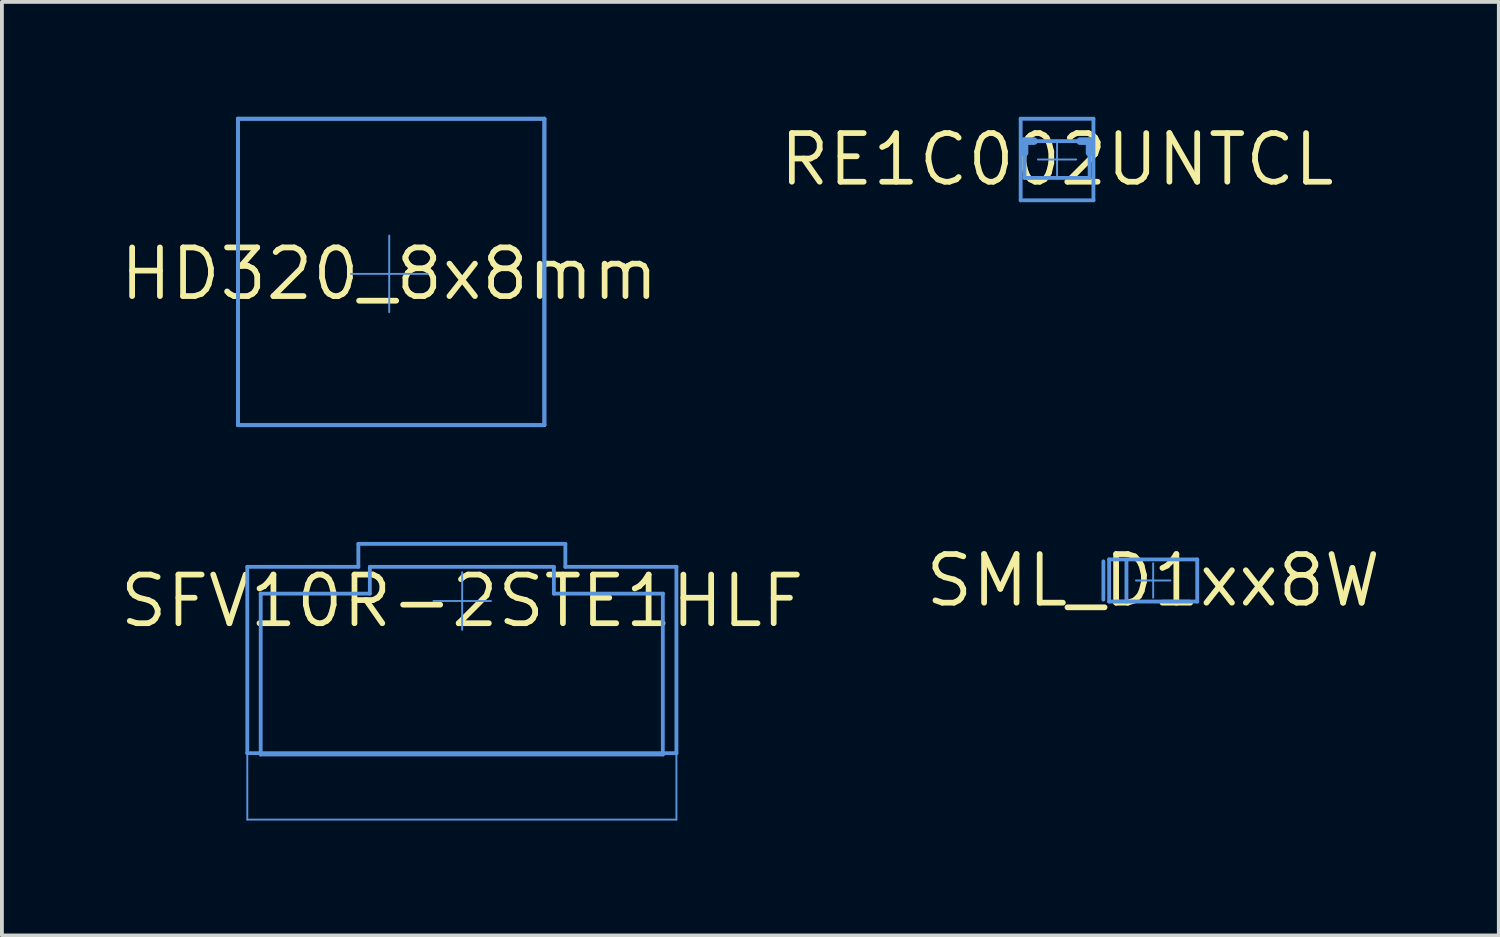
<source format=kicad_pcb>
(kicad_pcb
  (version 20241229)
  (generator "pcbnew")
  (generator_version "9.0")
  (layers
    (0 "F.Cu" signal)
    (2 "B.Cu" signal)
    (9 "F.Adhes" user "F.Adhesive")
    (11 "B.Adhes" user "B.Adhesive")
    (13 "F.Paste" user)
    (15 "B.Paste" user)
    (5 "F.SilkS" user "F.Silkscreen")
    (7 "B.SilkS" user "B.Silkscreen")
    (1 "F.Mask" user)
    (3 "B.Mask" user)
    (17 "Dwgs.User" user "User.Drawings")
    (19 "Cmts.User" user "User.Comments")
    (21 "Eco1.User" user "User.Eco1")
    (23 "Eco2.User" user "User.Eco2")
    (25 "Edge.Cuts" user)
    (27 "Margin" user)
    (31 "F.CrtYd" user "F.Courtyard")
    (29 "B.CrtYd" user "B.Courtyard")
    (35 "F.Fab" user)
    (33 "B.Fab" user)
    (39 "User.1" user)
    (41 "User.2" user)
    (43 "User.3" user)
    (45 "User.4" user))
  (footprint "RE1C002UNTCL"
    (layer "F.Cu")
    (at 24.551 1.115)
    (property "Reference" "RE1C002UNTCL" (at 0 0 0) (layer "F.SilkS") (effects (font (size 1.27 1.27) (thickness 0.15))))
    (attr through_hole)
    (fp_line (start -0.95 -1.065) (end 0.95 -1.065) (stroke (width 0.05) (type solid)) (layer "Cmts.User"))
    (fp_line (start -0.95 -1.065) (end 0.95 -1.065) (stroke (width 0.1) (type solid)) (layer "Cmts.User"))
    (fp_line (start -0.95 1.065) (end -0.95 -1.065) (stroke (width 0.05) (type solid)) (layer "Cmts.User"))
    (fp_line (start -0.95 1.065) (end -0.95 -1.065) (stroke (width 0.1) (type solid)) (layer "Cmts.User"))
    (fp_line (start -0.95 1.065) (end 0.95 1.065) (stroke (width 0.05) (type solid)) (layer "Cmts.User"))
    (fp_line (start -0.95 1.065) (end 0.95 1.065) (stroke (width 0.1) (type solid)) (layer "Cmts.User"))
    (fp_line (start -0.85 -0.48) (end -0.605 -0.48) (stroke (width 0.2) (type solid)) (layer "Cmts.User"))
    (fp_line (start -0.85 -0.48) (end 0.85 -0.48) (stroke (width 0.1) (type solid)) (layer "Cmts.User"))
    (fp_line (start -0.85 -0.175) (end -0.85 -0.48) (stroke (width 0.2) (type solid)) (layer "Cmts.User"))
    (fp_line (start -0.85 0.48) (end -0.85 -0.48) (stroke (width 0.1) (type solid)) (layer "Cmts.User"))
    (fp_line (start -0.85 0.48) (end 0.85 0.48) (stroke (width 0.1) (type solid)) (layer "Cmts.User"))
    (fp_line (start -0.5 0) (end 0.5 0) (stroke (width 0.05) (type solid)) (layer "Cmts.User"))
    (fp_line (start 0 0.5) (end 0 -0.5) (stroke (width 0.05) (type solid)) (layer "Cmts.User"))
    (fp_line (start 0.605 -0.48) (end 0.85 -0.48) (stroke (width 0.2) (type solid)) (layer "Cmts.User"))
    (fp_line (start 0.85 -0.175) (end 0.85 -0.48) (stroke (width 0.2) (type solid)) (layer "Cmts.User"))
    (fp_line (start 0.85 0.48) (end 0.85 -0.48) (stroke (width 0.1) (type solid)) (layer "Cmts.User"))
    (fp_line (start 0.95 1.065) (end 0.95 -1.065) (stroke (width 0.05) (type solid)) (layer "Cmts.User"))
    (fp_line (start 0.95 1.065) (end 0.95 -1.065) (stroke (width 0.1) (type solid)) (layer "Cmts.User")))
  (footprint "SFV10R-2STE1HLF"
    (layer "F.Cu")
    (at 9.018 12.643)
    (property "Reference" "SFV10R-2STE1HLF" (at 0 0 0) (layer "F.SilkS") (effects (font (size 1.27 1.27) (thickness 0.15))))
    (attr through_hole)
    (fp_line (start -5.611 -0.892) (end -5.261 -0.892) (stroke (width 0.05) (type solid)) (layer "Cmts.User"))
    (fp_line (start -5.611 -0.892) (end -2.711 -0.892) (stroke (width 0.1) (type solid)) (layer "Cmts.User"))
    (fp_line (start -5.611 3.973) (end -5.611 -0.892) (stroke (width 0.1) (type solid)) (layer "Cmts.User"))
    (fp_line (start -5.611 3.973) (end 5.594 3.973) (stroke (width 0.1) (type solid)) (layer "Cmts.User"))
    (fp_line (start -5.611 5.708) (end -5.611 -0.892) (stroke (width 0.05) (type solid)) (layer "Cmts.User"))
    (fp_line (start -5.611 5.708) (end 5.594 5.708) (stroke (width 0.05) (type solid)) (layer "Cmts.User"))
    (fp_line (start -5.261 -0.892) (end -2.711 -0.892) (stroke (width 0.05) (type solid)) (layer "Cmts.User"))
    (fp_line (start -5.261 -0.192) (end -2.411 -0.192) (stroke (width 0.1) (type solid)) (layer "Cmts.User"))
    (fp_line (start -5.261 4.008) (end -5.261 -0.192) (stroke (width 0.1) (type solid)) (layer "Cmts.User"))
    (fp_line (start -5.261 4.008) (end 5.239 4.008) (stroke (width 0.1) (type solid)) (layer "Cmts.User"))
    (fp_line (start -2.711 -1.492) (end 2.694 -1.492) (stroke (width 0.05) (type solid)) (layer "Cmts.User"))
    (fp_line (start -2.711 -1.492) (end 2.694 -1.492) (stroke (width 0.1) (type solid)) (layer "Cmts.User"))
    (fp_line (start -2.711 -0.892) (end -2.711 -1.492) (stroke (width 0.05) (type solid)) (layer "Cmts.User"))
    (fp_line (start -2.711 -0.892) (end -2.711 -1.492) (stroke (width 0.1) (type solid)) (layer "Cmts.User"))
    (fp_line (start -2.411 -0.892) (end 2.394 -0.892) (stroke (width 0.1) (type solid)) (layer "Cmts.User"))
    (fp_line (start -2.411 -0.192) (end -2.411 -0.892) (stroke (width 0.1) (type solid)) (layer "Cmts.User"))
    (fp_line (start -0.75 0) (end 0 0) (stroke (width 0.05) (type solid)) (layer "Cmts.User"))
    (fp_line (start 0 0) (end 0 -0.75) (stroke (width 0.05) (type solid)) (layer "Cmts.User"))
    (fp_line (start 0 0) (end 0.75 0) (stroke (width 0.05) (type solid)) (layer "Cmts.User"))
    (fp_line (start 0 0.75) (end 0 0) (stroke (width 0.05) (type solid)) (layer "Cmts.User"))
    (fp_line (start 2.394 -0.192) (end 2.394 -0.892) (stroke (width 0.1) (type solid)) (layer "Cmts.User"))
    (fp_line (start 2.394 -0.192) (end 5.244 -0.192) (stroke (width 0.1) (type solid)) (layer "Cmts.User"))
    (fp_line (start 2.694 -0.892) (end 2.694 -1.492) (stroke (width 0.05) (type solid)) (layer "Cmts.User"))
    (fp_line (start 2.694 -0.892) (end 2.694 -1.492) (stroke (width 0.1) (type solid)) (layer "Cmts.User"))
    (fp_line (start 2.694 -0.892) (end 5.244 -0.892) (stroke (width 0.05) (type solid)) (layer "Cmts.User"))
    (fp_line (start 2.694 -0.892) (end 5.594 -0.892) (stroke (width 0.1) (type solid)) (layer "Cmts.User"))
    (fp_line (start 5.239 4.008) (end 5.239 -0.192) (stroke (width 0.1) (type solid)) (layer "Cmts.User"))
    (fp_line (start 5.244 -0.892) (end 5.594 -0.892) (stroke (width 0.05) (type solid)) (layer "Cmts.User"))
    (fp_line (start 5.594 3.973) (end 5.594 -0.892) (stroke (width 0.1) (type solid)) (layer "Cmts.User"))
    (fp_line (start 5.594 5.708) (end 5.594 -0.892) (stroke (width 0.05) (type solid)) (layer "Cmts.User")))
  (footprint "HD320_8x8mm"
    (layer "F.Cu")
    (at 7.113 4.101)
    (property "Reference" "HD320_8x8mm" (at 0 0 0) (layer "F.SilkS") (effects (font (size 1.27 1.27) (thickness 0.15))))
    (attr through_hole)
    (fp_line (start -3.95 3.949) (end -3.95 -4.051) (stroke (width 0.1) (type solid)) (layer "Cmts.User"))
    (fp_line (start -3.949 -4.051) (end 4.051 -4.051) (stroke (width 0.1) (type solid)) (layer "Cmts.User"))
    (fp_line (start -3.949 -4.051) (end 4.052 -4.051) (stroke (width 0.05) (type solid)) (layer "Cmts.User"))
    (fp_line (start -3.949 -4.05) (end 4.051 -4.05) (stroke (width 0.1) (type solid)) (layer "Cmts.User"))
    (fp_line (start -3.949 3.949) (end -3.949 -4.05) (stroke (width 0.05) (type solid)) (layer "Cmts.User"))
    (fp_line (start -3.949 3.949) (end 4.052 3.949) (stroke (width 0.05) (type solid)) (layer "Cmts.User"))
    (fp_line (start -3.949 3.95) (end -3.949 -4.05) (stroke (width 0.1) (type solid)) (layer "Cmts.User"))
    (fp_line (start -3.949 3.95) (end 4.051 3.95) (stroke (width 0.1) (type solid)) (layer "Cmts.User"))
    (fp_line (start -3.949 3.95) (end 4.051 3.95) (stroke (width 0.1) (type solid)) (layer "Cmts.User"))
    (fp_line (start -1 0) (end 0 0) (stroke (width 0.05) (type solid)) (layer "Cmts.User"))
    (fp_line (start 0 0) (end 0 -1) (stroke (width 0.05) (type solid)) (layer "Cmts.User"))
    (fp_line (start 0 0) (end 1 0) (stroke (width 0.05) (type solid)) (layer "Cmts.User"))
    (fp_line (start 0 1) (end 0 0) (stroke (width 0.05) (type solid)) (layer "Cmts.User"))
    (fp_line (start 4.051 3.95) (end 4.051 -4.05) (stroke (width 0.1) (type solid)) (layer "Cmts.User"))
    (fp_line (start 4.052 3.949) (end 4.052 -4.051) (stroke (width 0.05) (type solid)) (layer "Cmts.User"))
    (fp_line (start 4.052 3.95) (end 4.052 -4.05) (stroke (width 0.1) (type solid)) (layer "Cmts.User")))
  (footprint "SML_D1xx8W"
    (layer "F.Cu")
    (at 27.061 12.107)
    (property "Reference" "SML_D1xx8W" (at 0 0 0) (layer "F.SilkS") (effects (font (size 1.27 1.27) (thickness 0.15))))
    (attr through_hole)
    (fp_line (start -1.3 0.5) (end -1.3 -0.5) (stroke (width 0.1) (type solid)) (layer "Cmts.User"))
    (fp_line (start -1.15 -0.55) (end 1.15 -0.55) (stroke (width 0.05) (type solid)) (layer "Cmts.User"))
    (fp_line (start -1.15 -0.55) (end 1.15 -0.55) (stroke (width 0.1) (type solid)) (layer "Cmts.User"))
    (fp_line (start -1.15 0.55) (end -1.15 -0.55) (stroke (width 0.05) (type solid)) (layer "Cmts.User"))
    (fp_line (start -1.15 0.55) (end -1.15 -0.55) (stroke (width 0.1) (type solid)) (layer "Cmts.User"))
    (fp_line (start -1.15 0.55) (end 1.15 0.55) (stroke (width 0.05) (type solid)) (layer "Cmts.User"))
    (fp_line (start -1.15 0.55) (end 1.15 0.55) (stroke (width 0.1) (type solid)) (layer "Cmts.User"))
    (fp_line (start -0.698 0.55) (end -0.698 -0.55) (stroke (width 0.1) (type solid)) (layer "Cmts.User"))
    (fp_line (start -0.45 0) (end 0.45 0) (stroke (width 0.05) (type solid)) (layer "Cmts.User"))
    (fp_line (start 0 0.45) (end 0 -0.45) (stroke (width 0.05) (type solid)) (layer "Cmts.User"))
    (fp_line (start 1.15 0.55) (end 1.15 -0.55) (stroke (width 0.05) (type solid)) (layer "Cmts.User"))
    (fp_line (start 1.15 0.55) (end 1.15 -0.55) (stroke (width 0.1) (type solid)) (layer "Cmts.User")))
  (gr_rect
    (start -3 -3)
    (end 36.086 21.376)
    (stroke (width 0.1) (type default))
    (fill no)
    (layer "Edge.Cuts")))
</source>
